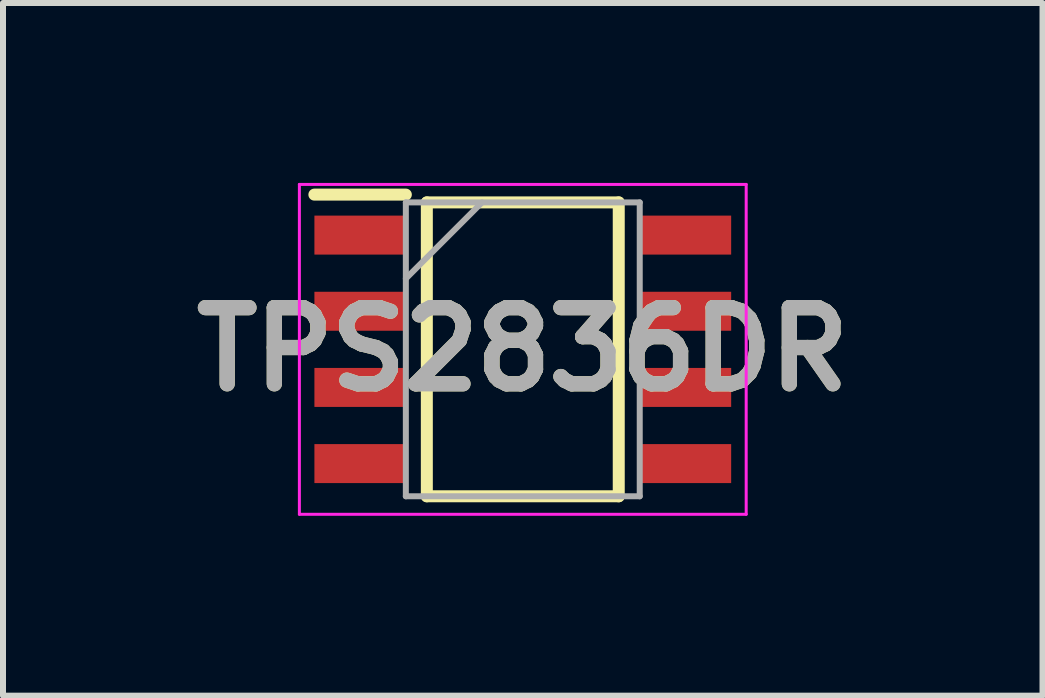
<source format=kicad_pcb>
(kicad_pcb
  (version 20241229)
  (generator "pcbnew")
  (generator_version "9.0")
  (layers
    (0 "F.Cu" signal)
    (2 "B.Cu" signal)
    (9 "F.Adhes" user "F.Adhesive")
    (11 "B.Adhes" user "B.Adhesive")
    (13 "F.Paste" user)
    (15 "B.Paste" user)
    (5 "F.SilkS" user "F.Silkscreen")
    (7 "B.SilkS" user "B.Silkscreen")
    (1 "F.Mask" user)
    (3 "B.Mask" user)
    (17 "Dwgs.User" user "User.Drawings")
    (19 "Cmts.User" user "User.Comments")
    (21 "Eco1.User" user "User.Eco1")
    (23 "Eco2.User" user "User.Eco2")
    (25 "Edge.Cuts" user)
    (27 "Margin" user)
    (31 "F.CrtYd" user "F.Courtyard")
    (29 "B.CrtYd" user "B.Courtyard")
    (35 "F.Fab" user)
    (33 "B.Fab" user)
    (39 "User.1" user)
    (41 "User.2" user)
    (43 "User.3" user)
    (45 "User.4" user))
  (footprint "TPS2836DR"
    (layer "F.Cu")
    (at 5.667 2.775)
    (property "Reference" "TPS2836DR" (at 0 0 0) (layer "F.SilkS") (effects (font (size 1.27 1.27) (thickness 0.254))))
    (attr smd)
    (fp_line (start -3.475 -2.58) (end -1.95 -2.58) (stroke (width 0.2) (type solid)) (layer "F.SilkS"))
    (fp_line (start -1.6 -2.45) (end 1.6 -2.45) (stroke (width 0.2) (type solid)) (layer "F.SilkS"))
    (fp_line (start -1.6 2.45) (end -1.6 -2.45) (stroke (width 0.2) (type solid)) (layer "F.SilkS"))
    (fp_line (start 1.6 -2.45) (end 1.6 2.45) (stroke (width 0.2) (type solid)) (layer "F.SilkS"))
    (fp_line (start 1.6 2.45) (end -1.6 2.45) (stroke (width 0.2) (type solid)) (layer "F.SilkS"))
    (fp_line (start -3.725 -2.75) (end 3.725 -2.75) (stroke (width 0.05) (type solid)) (layer "F.CrtYd"))
    (fp_line (start -3.725 2.75) (end -3.725 -2.75) (stroke (width 0.05) (type solid)) (layer "F.CrtYd"))
    (fp_line (start 3.725 -2.75) (end 3.725 2.75) (stroke (width 0.05) (type solid)) (layer "F.CrtYd"))
    (fp_line (start 3.725 2.75) (end -3.725 2.75) (stroke (width 0.05) (type solid)) (layer "F.CrtYd"))
    (fp_line (start -1.95 -2.45) (end 1.95 -2.45) (stroke (width 0.1) (type solid)) (layer "F.Fab"))
    (fp_line (start -1.95 -1.18) (end -0.68 -2.45) (stroke (width 0.1) (type solid)) (layer "F.Fab"))
    (fp_line (start -1.95 2.45) (end -1.95 -2.45) (stroke (width 0.1) (type solid)) (layer "F.Fab"))
    (fp_line (start 1.95 -2.45) (end 1.95 2.45) (stroke (width 0.1) (type solid)) (layer "F.Fab"))
    (fp_line (start 1.95 2.45) (end -1.95 2.45) (stroke (width 0.1) (type solid)) (layer "F.Fab"))
    (fp_text user "${REFERENCE}" (at 0 0 0) (layer "F.Fab") (effects (font (size 1.27 1.27) (thickness 0.254))))
    (pad "1" smd rect (at -2.712 -1.905 90) (size 0.65 1.525) (layers "F.Cu" "F.Mask" "F.Paste"))
    (pad "2" smd rect (at -2.712 -0.635 90) (size 0.65 1.525) (layers "F.Cu" "F.Mask" "F.Paste"))
    (pad "3" smd rect (at -2.712 0.635 90) (size 0.65 1.525) (layers "F.Cu" "F.Mask" "F.Paste"))
    (pad "4" smd rect (at -2.712 1.905 90) (size 0.65 1.525) (layers "F.Cu" "F.Mask" "F.Paste"))
    (pad "5" smd rect (at 2.712 1.905 90) (size 0.65 1.525) (layers "F.Cu" "F.Mask" "F.Paste"))
    (pad "6" smd rect (at 2.712 0.635 90) (size 0.65 1.525) (layers "F.Cu" "F.Mask" "F.Paste"))
    (pad "7" smd rect (at 2.712 -0.635 90) (size 0.65 1.525) (layers "F.Cu" "F.Mask" "F.Paste"))
    (pad "8" smd rect (at 2.712 -1.905 90) (size 0.65 1.525) (layers "F.Cu" "F.Mask" "F.Paste")))
  (gr_rect
    (start -3 -3)
    (end 14.333 8.55)
    (stroke (width 0.1) (type default))
    (fill no)
    (layer "Edge.Cuts")))
</source>
